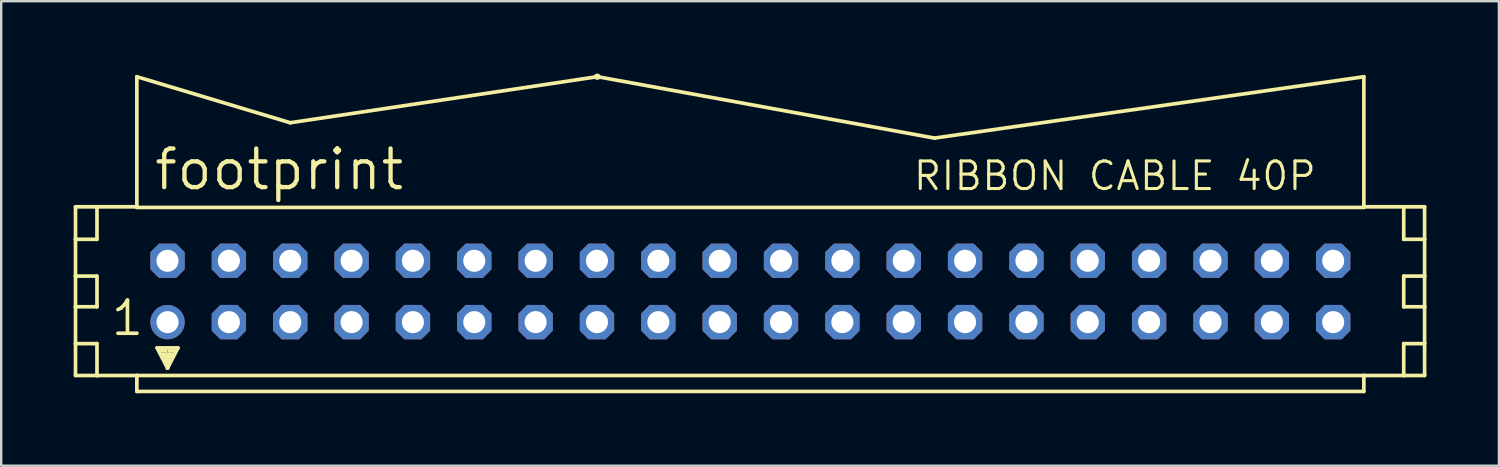
<source format=kicad_pcb>
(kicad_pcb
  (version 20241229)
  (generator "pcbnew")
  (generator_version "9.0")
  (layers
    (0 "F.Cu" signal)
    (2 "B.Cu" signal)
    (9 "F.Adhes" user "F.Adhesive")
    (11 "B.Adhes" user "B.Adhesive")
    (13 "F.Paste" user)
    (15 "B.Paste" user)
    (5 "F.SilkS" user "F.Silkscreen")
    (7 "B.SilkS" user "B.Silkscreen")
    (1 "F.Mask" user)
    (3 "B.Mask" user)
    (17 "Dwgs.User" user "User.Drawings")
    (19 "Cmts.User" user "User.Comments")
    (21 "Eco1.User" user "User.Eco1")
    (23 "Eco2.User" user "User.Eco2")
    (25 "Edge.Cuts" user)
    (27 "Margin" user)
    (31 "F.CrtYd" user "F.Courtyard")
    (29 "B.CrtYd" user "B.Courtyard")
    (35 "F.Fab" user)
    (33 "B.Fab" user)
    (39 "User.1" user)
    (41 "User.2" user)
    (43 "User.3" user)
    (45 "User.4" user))
  (footprint "footprint"
    (layer "F.Cu")
    (at 28.016 9.017)
    (property "Reference" "footprint" (at -24.765 -4.115 0) (layer "F.SilkS") (effects (font (size 1.6 1.6) (thickness 0.178)) (justify left bottom)))
    (fp_line (start -27.94 -3.505) (end -27.94 -2.159) (stroke (width 0.152) (type solid)) (layer "F.SilkS"))
    (fp_line (start -27.94 -2.159) (end -27.94 -0.635) (stroke (width 0.152) (type solid)) (layer "F.SilkS"))
    (fp_line (start -27.94 -2.159) (end -27.051 -2.159) (stroke (width 0.152) (type solid)) (layer "F.SilkS"))
    (fp_line (start -27.94 -0.635) (end -27.94 0.635) (stroke (width 0.152) (type solid)) (layer "F.SilkS"))
    (fp_line (start -27.94 -0.635) (end -27.051 -0.635) (stroke (width 0.152) (type solid)) (layer "F.SilkS"))
    (fp_line (start -27.94 0.635) (end -27.94 2.159) (stroke (width 0.152) (type solid)) (layer "F.SilkS"))
    (fp_line (start -27.94 0.635) (end -27.051 0.635) (stroke (width 0.152) (type solid)) (layer "F.SilkS"))
    (fp_line (start -27.94 2.159) (end -27.94 3.48) (stroke (width 0.152) (type solid)) (layer "F.SilkS"))
    (fp_line (start -27.94 2.159) (end -27.051 2.159) (stroke (width 0.152) (type solid)) (layer "F.SilkS"))
    (fp_line (start -27.94 3.48) (end -27.051 3.48) (stroke (width 0.152) (type solid)) (layer "F.SilkS"))
    (fp_line (start -27.051 -3.505) (end -27.94 -3.505) (stroke (width 0.152) (type solid)) (layer "F.SilkS"))
    (fp_line (start -27.051 -3.505) (end -27.051 -2.159) (stroke (width 0.152) (type solid)) (layer "F.SilkS"))
    (fp_line (start -27.051 -0.635) (end -27.051 0.635) (stroke (width 0.152) (type solid)) (layer "F.SilkS"))
    (fp_line (start -27.051 2.159) (end -27.051 3.48) (stroke (width 0.152) (type solid)) (layer "F.SilkS"))
    (fp_line (start -27.051 3.48) (end -25.4 3.48) (stroke (width 0.152) (type solid)) (layer "F.SilkS"))
    (fp_line (start -25.4 -3.505) (end -27.051 -3.505) (stroke (width 0.152) (type solid)) (layer "F.SilkS"))
    (fp_line (start -25.4 -3.505) (end -25.4 -8.89) (stroke (width 0.152) (type solid)) (layer "F.SilkS"))
    (fp_line (start -25.4 -3.48) (end -25.4 -3.505) (stroke (width 0.152) (type solid)) (layer "F.SilkS"))
    (fp_line (start -25.4 3.48) (end 25.4 3.48) (stroke (width 0.152) (type solid)) (layer "F.SilkS"))
    (fp_line (start -25.4 4.14) (end -25.4 3.48) (stroke (width 0.152) (type solid)) (layer "F.SilkS"))
    (fp_line (start -24.562 2.337) (end -23.698 2.337) (stroke (width 0.152) (type solid)) (layer "F.SilkS"))
    (fp_line (start -24.13 3.175) (end -24.562 2.337) (stroke (width 0.152) (type solid)) (layer "F.SilkS"))
    (fp_line (start -24.13 3.175) (end -24.13 2.921) (stroke (width 0.152) (type solid)) (layer "F.SilkS"))
    (fp_line (start -23.698 2.337) (end -24.13 3.175) (stroke (width 0.152) (type solid)) (layer "F.SilkS"))
    (fp_line (start -19.05 -6.985) (end -25.4 -8.89) (stroke (width 0.152) (type solid)) (layer "F.SilkS"))
    (fp_line (start -19.05 -6.985) (end -6.35 -8.89) (stroke (width 0.152) (type solid)) (layer "F.SilkS"))
    (fp_line (start -6.325 -8.89) (end -6.35 -8.89) (stroke (width 0.254) (type solid)) (layer "F.SilkS"))
    (fp_line (start 7.62 -6.35) (end -6.325 -8.89) (stroke (width 0.152) (type solid)) (layer "F.SilkS"))
    (fp_line (start 7.62 -6.35) (end 25.4 -8.89) (stroke (width 0.152) (type solid)) (layer "F.SilkS"))
    (fp_line (start 25.4 -8.89) (end 25.4 -3.505) (stroke (width 0.152) (type solid)) (layer "F.SilkS"))
    (fp_line (start 25.4 -3.505) (end 25.4 -3.48) (stroke (width 0.152) (type solid)) (layer "F.SilkS"))
    (fp_line (start 25.4 -3.48) (end -25.4 -3.48) (stroke (width 0.152) (type solid)) (layer "F.SilkS"))
    (fp_line (start 25.4 3.48) (end 25.4 4.14) (stroke (width 0.152) (type solid)) (layer "F.SilkS"))
    (fp_line (start 25.4 3.48) (end 27.051 3.48) (stroke (width 0.152) (type solid)) (layer "F.SilkS"))
    (fp_line (start 25.4 4.14) (end -25.4 4.14) (stroke (width 0.152) (type solid)) (layer "F.SilkS"))
    (fp_line (start 27.051 -3.505) (end 25.4 -3.505) (stroke (width 0.152) (type solid)) (layer "F.SilkS"))
    (fp_line (start 27.051 -3.505) (end 27.051 -2.159) (stroke (width 0.152) (type solid)) (layer "F.SilkS"))
    (fp_line (start 27.051 -2.159) (end 27.915 -2.159) (stroke (width 0.152) (type solid)) (layer "F.SilkS"))
    (fp_line (start 27.051 -0.635) (end 27.051 0.635) (stroke (width 0.152) (type solid)) (layer "F.SilkS"))
    (fp_line (start 27.051 -0.635) (end 27.915 -0.635) (stroke (width 0.152) (type solid)) (layer "F.SilkS"))
    (fp_line (start 27.051 0.635) (end 27.915 0.635) (stroke (width 0.152) (type solid)) (layer "F.SilkS"))
    (fp_line (start 27.051 2.159) (end 27.051 3.48) (stroke (width 0.152) (type solid)) (layer "F.SilkS"))
    (fp_line (start 27.051 2.159) (end 27.915 2.159) (stroke (width 0.152) (type solid)) (layer "F.SilkS"))
    (fp_line (start 27.051 3.48) (end 27.915 3.48) (stroke (width 0.152) (type solid)) (layer "F.SilkS"))
    (fp_line (start 27.915 -3.505) (end 27.051 -3.505) (stroke (width 0.152) (type solid)) (layer "F.SilkS"))
    (fp_line (start 27.915 -2.159) (end 27.915 -3.505) (stroke (width 0.152) (type solid)) (layer "F.SilkS"))
    (fp_line (start 27.915 -0.635) (end 27.915 -2.159) (stroke (width 0.152) (type solid)) (layer "F.SilkS"))
    (fp_line (start 27.915 0.635) (end 27.915 -0.635) (stroke (width 0.152) (type solid)) (layer "F.SilkS"))
    (fp_line (start 27.915 2.159) (end 27.915 0.635) (stroke (width 0.152) (type solid)) (layer "F.SilkS"))
    (fp_line (start 27.915 3.48) (end 27.915 2.159) (stroke (width 0.152) (type solid)) (layer "F.SilkS"))
    (fp_poly (pts (xy -24.511 2.515) (xy -24.13 2.515) (xy -24.13 2.388) (xy -24.511 2.388)) (stroke (width 0) (type solid)) (fill yes) (layer "F.SilkS"))
    (fp_poly (pts (xy -24.384 2.769) (xy -23.876 2.769) (xy -23.876 2.515) (xy -24.384 2.515)) (stroke (width 0) (type solid)) (fill yes) (layer "F.SilkS"))
    (fp_poly (pts (xy -24.257 2.972) (xy -24.003 2.972) (xy -24.003 2.718) (xy -24.257 2.718)) (stroke (width 0) (type solid)) (fill yes) (layer "F.SilkS"))
    (fp_poly (pts (xy -24.13 2.515) (xy -23.749 2.515) (xy -23.749 2.388) (xy -24.13 2.388)) (stroke (width 0) (type solid)) (fill yes) (layer "F.SilkS"))
    (fp_text user "RIBBON CABLE 40P" (at 6.68 -4.115 0) (layer "F.SilkS") (effects (font (size 1.143 1.143) (thickness 0.127)) (justify left bottom)))
    (fp_text user "1" (at -26.543 1.905 0) (layer "F.SilkS") (effects (font (size 1.372 1.372) (thickness 0.152)) (justify left bottom)))
    (pad "1" thru_hole circle (at -24.13 1.27) (size 1.422 1.422) (drill 0.914) (layers "*.Cu" "*.Mask"))
    (pad "2" thru_hole roundrect (at -24.13 -1.27) (size 1.422 1.422) (drill 0.914) (layers "*.Cu" "*.Mask") (roundrect_rratio 0.25) (chamfer_ratio 0.25) (chamfer top_left top_right bottom_left bottom_right))
    (pad "3" thru_hole roundrect (at -21.59 1.27) (size 1.422 1.422) (drill 0.914) (layers "*.Cu" "*.Mask") (roundrect_rratio 0.25) (chamfer_ratio 0.25) (chamfer top_left top_right bottom_left bottom_right))
    (pad "4" thru_hole roundrect (at -21.59 -1.27) (size 1.422 1.422) (drill 0.914) (layers "*.Cu" "*.Mask") (roundrect_rratio 0.25) (chamfer_ratio 0.25) (chamfer top_left top_right bottom_left bottom_right))
    (pad "5" thru_hole roundrect (at -19.05 1.27) (size 1.422 1.422) (drill 0.914) (layers "*.Cu" "*.Mask") (roundrect_rratio 0.25) (chamfer_ratio 0.25) (chamfer top_left top_right bottom_left bottom_right))
    (pad "6" thru_hole roundrect (at -19.05 -1.27) (size 1.422 1.422) (drill 0.914) (layers "*.Cu" "*.Mask") (roundrect_rratio 0.25) (chamfer_ratio 0.25) (chamfer top_left top_right bottom_left bottom_right))
    (pad "7" thru_hole roundrect (at -16.51 1.27) (size 1.422 1.422) (drill 0.914) (layers "*.Cu" "*.Mask") (roundrect_rratio 0.25) (chamfer_ratio 0.25) (chamfer top_left top_right bottom_left bottom_right))
    (pad "8" thru_hole roundrect (at -16.51 -1.27) (size 1.422 1.422) (drill 0.914) (layers "*.Cu" "*.Mask") (roundrect_rratio 0.25) (chamfer_ratio 0.25) (chamfer top_left top_right bottom_left bottom_right))
    (pad "9" thru_hole roundrect (at -13.97 1.27) (size 1.422 1.422) (drill 0.914) (layers "*.Cu" "*.Mask") (roundrect_rratio 0.25) (chamfer_ratio 0.25) (chamfer top_left top_right bottom_left bottom_right))
    (pad "10" thru_hole roundrect (at -13.97 -1.27) (size 1.422 1.422) (drill 0.914) (layers "*.Cu" "*.Mask") (roundrect_rratio 0.25) (chamfer_ratio 0.25) (chamfer top_left top_right bottom_left bottom_right))
    (pad "11" thru_hole roundrect (at -11.43 1.27) (size 1.422 1.422) (drill 0.914) (layers "*.Cu" "*.Mask") (roundrect_rratio 0.25) (chamfer_ratio 0.25) (chamfer top_left top_right bottom_left bottom_right))
    (pad "12" thru_hole roundrect (at -11.43 -1.27) (size 1.422 1.422) (drill 0.914) (layers "*.Cu" "*.Mask") (roundrect_rratio 0.25) (chamfer_ratio 0.25) (chamfer top_left top_right bottom_left bottom_right))
    (pad "13" thru_hole roundrect (at -8.89 1.27) (size 1.422 1.422) (drill 0.914) (layers "*.Cu" "*.Mask") (roundrect_rratio 0.25) (chamfer_ratio 0.25) (chamfer top_left top_right bottom_left bottom_right))
    (pad "14" thru_hole roundrect (at -8.89 -1.27) (size 1.422 1.422) (drill 0.914) (layers "*.Cu" "*.Mask") (roundrect_rratio 0.25) (chamfer_ratio 0.25) (chamfer top_left top_right bottom_left bottom_right))
    (pad "15" thru_hole roundrect (at -6.35 1.27) (size 1.422 1.422) (drill 0.914) (layers "*.Cu" "*.Mask") (roundrect_rratio 0.25) (chamfer_ratio 0.25) (chamfer top_left top_right bottom_left bottom_right))
    (pad "16" thru_hole roundrect (at -6.35 -1.27) (size 1.422 1.422) (drill 0.914) (layers "*.Cu" "*.Mask") (roundrect_rratio 0.25) (chamfer_ratio 0.25) (chamfer top_left top_right bottom_left bottom_right))
    (pad "17" thru_hole roundrect (at -3.81 1.27) (size 1.422 1.422) (drill 0.914) (layers "*.Cu" "*.Mask") (roundrect_rratio 0.25) (chamfer_ratio 0.25) (chamfer top_left top_right bottom_left bottom_right))
    (pad "18" thru_hole roundrect (at -3.81 -1.27) (size 1.422 1.422) (drill 0.914) (layers "*.Cu" "*.Mask") (roundrect_rratio 0.25) (chamfer_ratio 0.25) (chamfer top_left top_right bottom_left bottom_right))
    (pad "19" thru_hole roundrect (at -1.27 1.27) (size 1.422 1.422) (drill 0.914) (layers "*.Cu" "*.Mask") (roundrect_rratio 0.25) (chamfer_ratio 0.25) (chamfer top_left top_right bottom_left bottom_right))
    (pad "20" thru_hole roundrect (at -1.27 -1.27) (size 1.422 1.422) (drill 0.914) (layers "*.Cu" "*.Mask") (roundrect_rratio 0.25) (chamfer_ratio 0.25) (chamfer top_left top_right bottom_left bottom_right))
    (pad "21" thru_hole roundrect (at 1.27 1.27) (size 1.422 1.422) (drill 0.914) (layers "*.Cu" "*.Mask") (roundrect_rratio 0.25) (chamfer_ratio 0.25) (chamfer top_left top_right bottom_left bottom_right))
    (pad "22" thru_hole roundrect (at 1.27 -1.27) (size 1.422 1.422) (drill 0.914) (layers "*.Cu" "*.Mask") (roundrect_rratio 0.25) (chamfer_ratio 0.25) (chamfer top_left top_right bottom_left bottom_right))
    (pad "23" thru_hole roundrect (at 3.81 1.27) (size 1.422 1.422) (drill 0.914) (layers "*.Cu" "*.Mask") (roundrect_rratio 0.25) (chamfer_ratio 0.25) (chamfer top_left top_right bottom_left bottom_right))
    (pad "24" thru_hole roundrect (at 3.81 -1.27) (size 1.422 1.422) (drill 0.914) (layers "*.Cu" "*.Mask") (roundrect_rratio 0.25) (chamfer_ratio 0.25) (chamfer top_left top_right bottom_left bottom_right))
    (pad "25" thru_hole roundrect (at 6.35 1.27) (size 1.422 1.422) (drill 0.914) (layers "*.Cu" "*.Mask") (roundrect_rratio 0.25) (chamfer_ratio 0.25) (chamfer top_left top_right bottom_left bottom_right))
    (pad "26" thru_hole roundrect (at 6.35 -1.27) (size 1.422 1.422) (drill 0.914) (layers "*.Cu" "*.Mask") (roundrect_rratio 0.25) (chamfer_ratio 0.25) (chamfer top_left top_right bottom_left bottom_right))
    (pad "27" thru_hole roundrect (at 8.89 1.27) (size 1.422 1.422) (drill 0.914) (layers "*.Cu" "*.Mask") (roundrect_rratio 0.25) (chamfer_ratio 0.25) (chamfer top_left top_right bottom_left bottom_right))
    (pad "28" thru_hole roundrect (at 8.89 -1.27) (size 1.422 1.422) (drill 0.914) (layers "*.Cu" "*.Mask") (roundrect_rratio 0.25) (chamfer_ratio 0.25) (chamfer top_left top_right bottom_left bottom_right))
    (pad "29" thru_hole roundrect (at 11.43 1.27) (size 1.422 1.422) (drill 0.914) (layers "*.Cu" "*.Mask") (roundrect_rratio 0.25) (chamfer_ratio 0.25) (chamfer top_left top_right bottom_left bottom_right))
    (pad "30" thru_hole roundrect (at 11.43 -1.27) (size 1.422 1.422) (drill 0.914) (layers "*.Cu" "*.Mask") (roundrect_rratio 0.25) (chamfer_ratio 0.25) (chamfer top_left top_right bottom_left bottom_right))
    (pad "31" thru_hole roundrect (at 13.97 1.27) (size 1.422 1.422) (drill 0.914) (layers "*.Cu" "*.Mask") (roundrect_rratio 0.25) (chamfer_ratio 0.25) (chamfer top_left top_right bottom_left bottom_right))
    (pad "32" thru_hole roundrect (at 13.97 -1.27) (size 1.422 1.422) (drill 0.914) (layers "*.Cu" "*.Mask") (roundrect_rratio 0.25) (chamfer_ratio 0.25) (chamfer top_left top_right bottom_left bottom_right))
    (pad "33" thru_hole roundrect (at 16.51 1.27) (size 1.422 1.422) (drill 0.914) (layers "*.Cu" "*.Mask") (roundrect_rratio 0.25) (chamfer_ratio 0.25) (chamfer top_left top_right bottom_left bottom_right))
    (pad "34" thru_hole roundrect (at 16.51 -1.27) (size 1.422 1.422) (drill 0.914) (layers "*.Cu" "*.Mask") (roundrect_rratio 0.25) (chamfer_ratio 0.25) (chamfer top_left top_right bottom_left bottom_right))
    (pad "35" thru_hole roundrect (at 19.05 1.27) (size 1.422 1.422) (drill 0.914) (layers "*.Cu" "*.Mask") (roundrect_rratio 0.25) (chamfer_ratio 0.25) (chamfer top_left top_right bottom_left bottom_right))
    (pad "36" thru_hole roundrect (at 19.05 -1.27) (size 1.422 1.422) (drill 0.914) (layers "*.Cu" "*.Mask") (roundrect_rratio 0.25) (chamfer_ratio 0.25) (chamfer top_left top_right bottom_left bottom_right))
    (pad "37" thru_hole roundrect (at 21.59 1.27) (size 1.422 1.422) (drill 0.914) (layers "*.Cu" "*.Mask") (roundrect_rratio 0.25) (chamfer_ratio 0.25) (chamfer top_left top_right bottom_left bottom_right))
    (pad "38" thru_hole roundrect (at 21.59 -1.27) (size 1.422 1.422) (drill 0.914) (layers "*.Cu" "*.Mask") (roundrect_rratio 0.25) (chamfer_ratio 0.25) (chamfer top_left top_right bottom_left bottom_right))
    (pad "39" thru_hole roundrect (at 24.13 1.27) (size 1.422 1.422) (drill 0.914) (layers "*.Cu" "*.Mask") (roundrect_rratio 0.25) (chamfer_ratio 0.25) (chamfer top_left top_right bottom_left bottom_right))
    (pad "40" thru_hole roundrect (at 24.13 -1.27) (size 1.422 1.422) (drill 0.914) (layers "*.Cu" "*.Mask") (roundrect_rratio 0.25) (chamfer_ratio 0.25) (chamfer top_left top_right bottom_left bottom_right)))
  (gr_rect
    (start -3 -3)
    (end 59.007 16.233)
    (stroke (width 0.1) (type default))
    (fill no)
    (layer "Edge.Cuts")))
</source>
